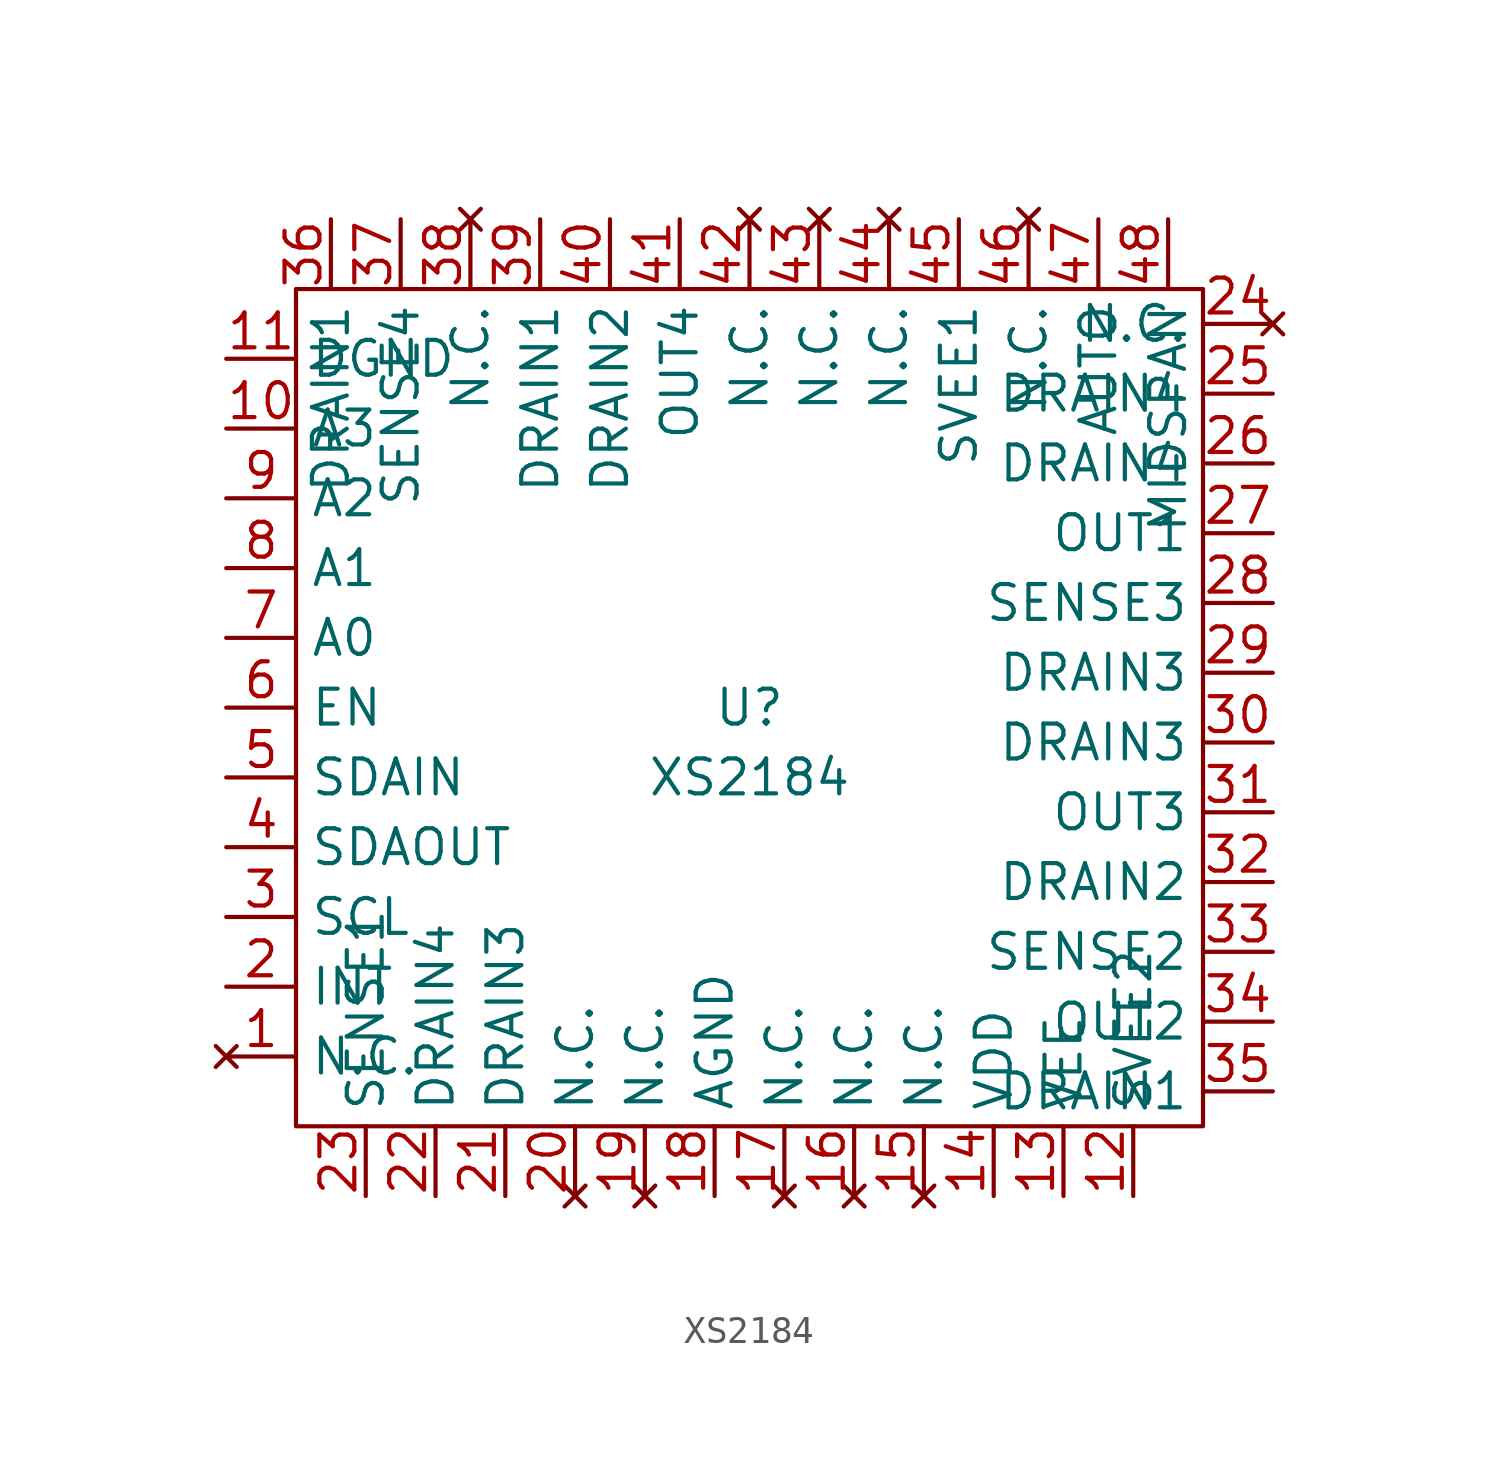
<source format=kicad_sym>
(kicad_symbol_lib
  (version 20231001)
  (symbol "XS2184"
    (property "Reference" "U"
      (at 0 0 0)
      (effects (font (size 1.27 1.27))))
    (property "Value" "XS2184"
      (at 0 -2.54 0)
      (effects (font (size 1.27 1.27))))
    (symbol "XS2184_1_1"
      (rectangle (start -16.51 -15.24) (end 16.51 15.24))
      (pin no_connect line (at -19.05 -12.7 0) (length 2.54) (name "N.C." (effects (font (size 1.27 1.27)))) (number "1" (effects (font (size 1.27 1.27)))))
      (pin open_collector line (at -19.05 -10.16 0) (length 2.54) (name "INT" (effects (font (size 1.27 1.27)))) (number "2" (effects (font (size 1.27 1.27)))))
      (pin input line (at -19.05 -7.62 0) (length 2.54) (name "SCL" (effects (font (size 1.27 1.27)))) (number "3" (effects (font (size 1.27 1.27)))))
      (pin output line (at -19.05 -5.08 0) (length 2.54) (name "SDAOUT" (effects (font (size 1.27 1.27)))) (number "4" (effects (font (size 1.27 1.27)))))
      (pin input line (at -19.05 -2.54 0) (length 2.54) (name "SDAIN" (effects (font (size 1.27 1.27)))) (number "5" (effects (font (size 1.27 1.27)))))
      (pin input line (at -19.05 0.0 0) (length 2.54) (name "EN" (effects (font (size 1.27 1.27)))) (number "6" (effects (font (size 1.27 1.27)))))
      (pin input line (at -19.05 2.54 0) (length 2.54) (name "A0" (effects (font (size 1.27 1.27)))) (number "7" (effects (font (size 1.27 1.27)))))
      (pin input line (at -19.05 5.08 0) (length 2.54) (name "A1" (effects (font (size 1.27 1.27)))) (number "8" (effects (font (size 1.27 1.27)))))
      (pin input line (at -19.05 7.62 0) (length 2.54) (name "A2" (effects (font (size 1.27 1.27)))) (number "9" (effects (font (size 1.27 1.27)))))
      (pin input line (at -19.05 10.16 0) (length 2.54) (name "A3" (effects (font (size 1.27 1.27)))) (number "10" (effects (font (size 1.27 1.27)))))
      (pin power_in line (at -19.05 12.7 0) (length 2.54) (name "DGND" (effects (font (size 1.27 1.27)))) (number "11" (effects (font (size 1.27 1.27)))))
      (pin power_in line (at 13.97 -17.78 90) (length 2.54) (name "SVEE2" (effects (font (size 1.27 1.27)))) (number "12" (effects (font (size 1.27 1.27)))))
      (pin power_in line (at 11.43 -17.78 90) (length 2.54) (name "VEE" (effects (font (size 1.27 1.27)))) (number "13" (effects (font (size 1.27 1.27)))))
      (pin power_out line (at 8.89 -17.78 90) (length 2.54) (name "VDD" (effects (font (size 1.27 1.27)))) (number "14" (effects (font (size 1.27 1.27)))))
      (pin no_connect line (at 6.35 -17.78 90) (length 2.54) (name "N.C." (effects (font (size 1.27 1.27)))) (number "15" (effects (font (size 1.27 1.27)))))
      (pin no_connect line (at 3.81 -17.78 90) (length 2.54) (name "N.C." (effects (font (size 1.27 1.27)))) (number "16" (effects (font (size 1.27 1.27)))))
      (pin no_connect line (at 1.27 -17.78 90) (length 2.54) (name "N.C." (effects (font (size 1.27 1.27)))) (number "17" (effects (font (size 1.27 1.27)))))
      (pin power_in line (at -1.27 -17.78 90) (length 2.54) (name "AGND" (effects (font (size 1.27 1.27)))) (number "18" (effects (font (size 1.27 1.27)))))
      (pin no_connect line (at -3.81 -17.78 90) (length 2.54) (name "N.C." (effects (font (size 1.27 1.27)))) (number "19" (effects (font (size 1.27 1.27)))))
      (pin no_connect line (at -6.35 -17.78 90) (length 2.54) (name "N.C." (effects (font (size 1.27 1.27)))) (number "20" (effects (font (size 1.27 1.27)))))
      (pin power_out line (at -8.89 -17.78 90) (length 2.54) (name "DRAIN3" (effects (font (size 1.27 1.27)))) (number "21" (effects (font (size 1.27 1.27)))))
      (pin power_out line (at -11.43 -17.78 90) (length 2.54) (name "DRAIN4" (effects (font (size 1.27 1.27)))) (number "22" (effects (font (size 1.27 1.27)))))
      (pin input line (at -13.97 -17.78 90) (length 2.54) (name "SENSE1" (effects (font (size 1.27 1.27)))) (number "23" (effects (font (size 1.27 1.27)))))
      (pin no_connect line (at 19.05 13.97 180) (length 2.54) (name "N.C." (effects (font (size 1.27 1.27)))) (number "24" (effects (font (size 1.27 1.27)))))
      (pin power_out line (at 19.05 11.43 180) (length 2.54) (name "DRAIN4" (effects (font (size 1.27 1.27)))) (number "25" (effects (font (size 1.27 1.27)))))
      (pin power_out line (at 19.05 8.89 180) (length 2.54) (name "DRAIN4" (effects (font (size 1.27 1.27)))) (number "26" (effects (font (size 1.27 1.27)))))
      (pin output line (at 19.05 6.35 180) (length 2.54) (name "OUT1" (effects (font (size 1.27 1.27)))) (number "27" (effects (font (size 1.27 1.27)))))
      (pin input line (at 19.05 3.81 180) (length 2.54) (name "SENSE3" (effects (font (size 1.27 1.27)))) (number "28" (effects (font (size 1.27 1.27)))))
      (pin power_out line (at 19.05 1.27 180) (length 2.54) (name "DRAIN3" (effects (font (size 1.27 1.27)))) (number "29" (effects (font (size 1.27 1.27)))))
      (pin power_out line (at 19.05 -1.27 180) (length 2.54) (name "DRAIN3" (effects (font (size 1.27 1.27)))) (number "30" (effects (font (size 1.27 1.27)))))
      (pin output line (at 19.05 -3.81 180) (length 2.54) (name "OUT3" (effects (font (size 1.27 1.27)))) (number "31" (effects (font (size 1.27 1.27)))))
      (pin power_out line (at 19.05 -6.35 180) (length 2.54) (name "DRAIN2" (effects (font (size 1.27 1.27)))) (number "32" (effects (font (size 1.27 1.27)))))
      (pin input line (at 19.05 -8.89 180) (length 2.54) (name "SENSE2" (effects (font (size 1.27 1.27)))) (number "33" (effects (font (size 1.27 1.27)))))
      (pin output line (at 19.05 -11.43 180) (length 2.54) (name "OUT2" (effects (font (size 1.27 1.27)))) (number "34" (effects (font (size 1.27 1.27)))))
      (pin power_out line (at 19.05 -13.97 180) (length 2.54) (name "DRAIN1" (effects (font (size 1.27 1.27)))) (number "35" (effects (font (size 1.27 1.27)))))
      (pin power_out line (at -15.24 17.78 270) (length 2.54) (name "DRAIN1" (effects (font (size 1.27 1.27)))) (number "36" (effects (font (size 1.27 1.27)))))
      (pin input line (at -12.7 17.78 270) (length 2.54) (name "SENSE4" (effects (font (size 1.27 1.27)))) (number "37" (effects (font (size 1.27 1.27)))))
      (pin no_connect line (at -10.16 17.78 270) (length 2.54) (name "N.C." (effects (font (size 1.27 1.27)))) (number "38" (effects (font (size 1.27 1.27)))))
      (pin power_out line (at -7.62 17.78 270) (length 2.54) (name "DRAIN1" (effects (font (size 1.27 1.27)))) (number "39" (effects (font (size 1.27 1.27)))))
      (pin power_out line (at -5.08 17.78 270) (length 2.54) (name "DRAIN2" (effects (font (size 1.27 1.27)))) (number "40" (effects (font (size 1.27 1.27)))))
      (pin output line (at -2.54 17.78 270) (length 2.54) (name "OUT4" (effects (font (size 1.27 1.27)))) (number "41" (effects (font (size 1.27 1.27)))))
      (pin no_connect line (at 0.0 17.78 270) (length 2.54) (name "N.C." (effects (font (size 1.27 1.27)))) (number "42" (effects (font (size 1.27 1.27)))))
      (pin no_connect line (at 2.54 17.78 270) (length 2.54) (name "N.C." (effects (font (size 1.27 1.27)))) (number "43" (effects (font (size 1.27 1.27)))))
      (pin no_connect line (at 5.08 17.78 270) (length 2.54) (name "N.C." (effects (font (size 1.27 1.27)))) (number "44" (effects (font (size 1.27 1.27)))))
      (pin power_in line (at 7.62 17.78 270) (length 2.54) (name "SVEE1" (effects (font (size 1.27 1.27)))) (number "45" (effects (font (size 1.27 1.27)))))
      (pin no_connect line (at 10.16 17.78 270) (length 2.54) (name "N.C." (effects (font (size 1.27 1.27)))) (number "46" (effects (font (size 1.27 1.27)))))
      (pin input line (at 12.7 17.78 270) (length 2.54) (name "AUTO" (effects (font (size 1.27 1.27)))) (number "47" (effects (font (size 1.27 1.27)))))
      (pin input line (at 15.24 17.78 270) (length 2.54) (name "MIDSPAN" (effects (font (size 1.27 1.27)))) (number "48" (effects (font (size 1.27 1.27))))))))
</source>
